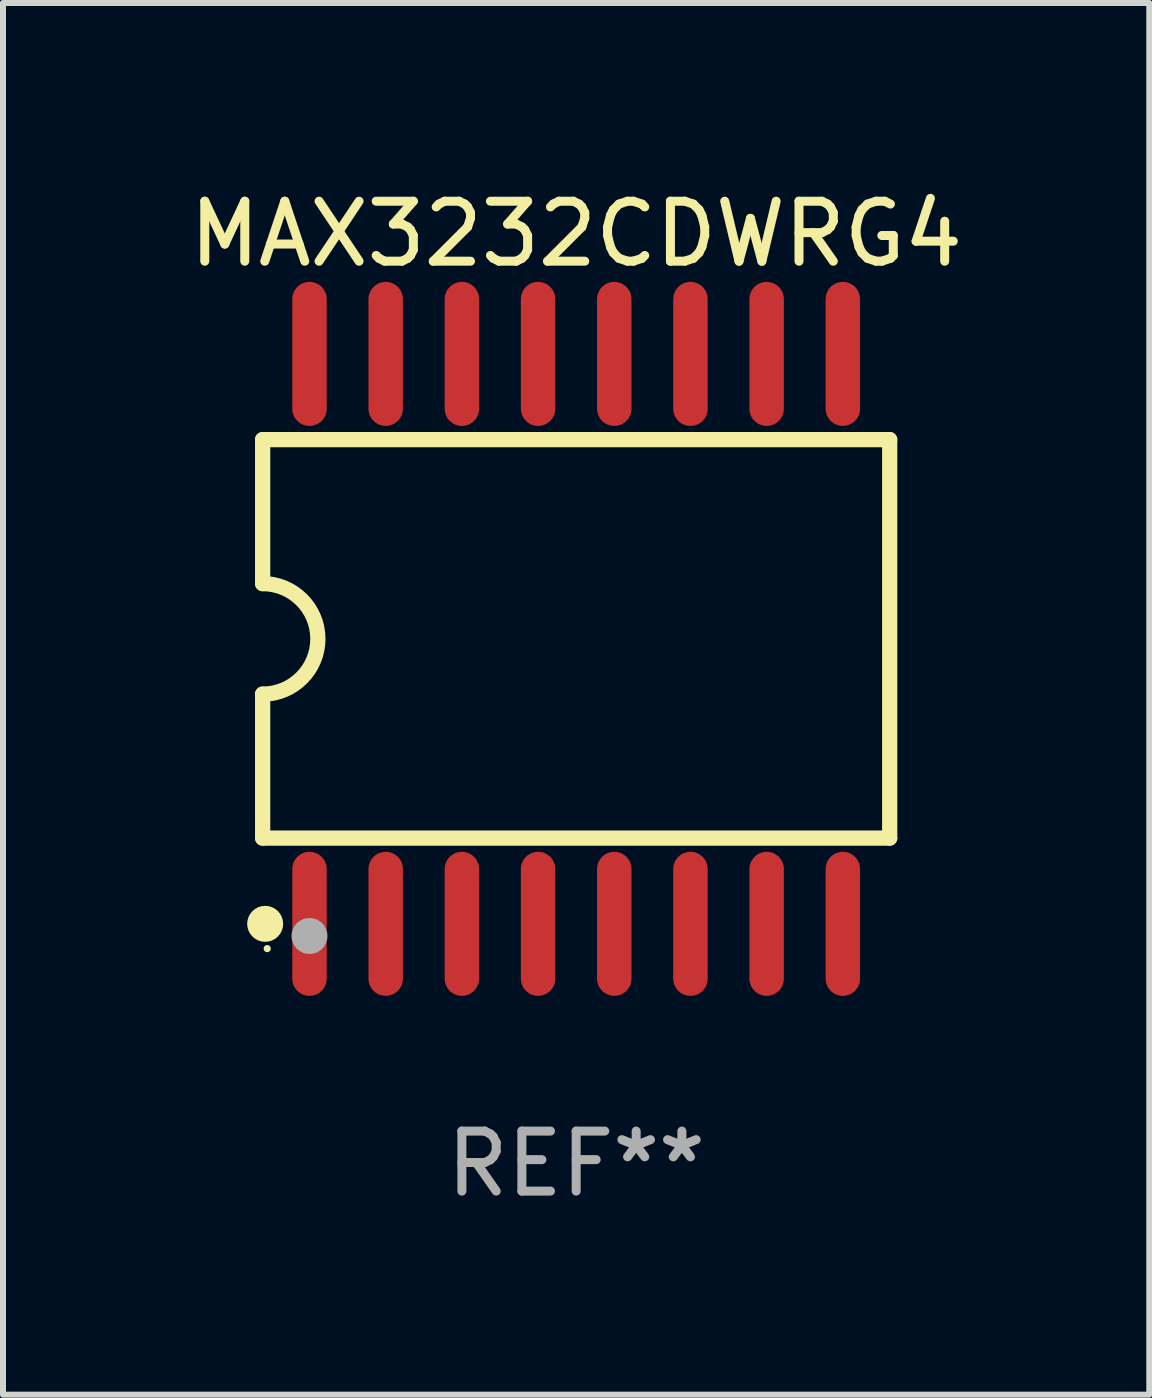
<source format=kicad_pcb>
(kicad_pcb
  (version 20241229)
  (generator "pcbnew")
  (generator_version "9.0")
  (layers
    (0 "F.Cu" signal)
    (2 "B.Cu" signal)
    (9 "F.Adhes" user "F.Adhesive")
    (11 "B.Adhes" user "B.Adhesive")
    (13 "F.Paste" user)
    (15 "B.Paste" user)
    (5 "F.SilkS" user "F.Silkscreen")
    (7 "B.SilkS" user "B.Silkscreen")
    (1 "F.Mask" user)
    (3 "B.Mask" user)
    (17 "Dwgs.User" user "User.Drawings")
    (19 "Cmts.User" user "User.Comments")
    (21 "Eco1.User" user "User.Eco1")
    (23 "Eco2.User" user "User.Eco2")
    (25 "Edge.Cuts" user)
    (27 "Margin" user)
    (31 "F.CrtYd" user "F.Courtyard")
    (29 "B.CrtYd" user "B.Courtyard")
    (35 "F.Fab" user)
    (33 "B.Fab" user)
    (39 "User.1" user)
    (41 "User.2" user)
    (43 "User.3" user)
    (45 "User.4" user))
  (footprint "MAX3232CDWRG4"
    (layer "F.Cu")
    (at 6.554 7.599)
    (property "Reference" "MAX3232CDWRG4" (at 0 -6.75 0) (layer "F.SilkS") (effects (font (size 1 1) (thickness 0.15))))
    (attr through_hole)
    (fp_line (start -5.226 -3.321) (end -5.226 -0.921) (stroke (width 0.254) (type solid)) (layer "F.SilkS"))
    (fp_line (start -5.226 -3.321) (end 5.226 -3.321) (stroke (width 0.254) (type solid)) (layer "F.SilkS"))
    (fp_line (start -5.226 3.321) (end -5.226 0.921) (stroke (width 0.254) (type solid)) (layer "F.SilkS"))
    (fp_line (start 5.226 -3.321) (end 5.226 3.321) (stroke (width 0.254) (type solid)) (layer "F.SilkS"))
    (fp_line (start 5.226 3.321) (end -5.226 3.321) (stroke (width 0.254) (type solid)) (layer "F.SilkS"))
    (fp_arc (start -5.226594 -0.920751) (mid -4.305538 0.000127) (end -5.226238 0.921361) (stroke (width 0.254001) (type solid)) (layer "F.SilkS"))
    (fp_circle (center -5.184 4.75) (end -5.034 4.75) (stroke (width 0.3) (type solid)) (fill no) (layer "F.SilkS"))
    (fp_circle (center -5.15 5.163) (end -5.12 5.163) (stroke (width 0.06) (type solid)) (fill no) (layer "F.SilkS"))
    (fp_circle (center -4.445 4.953) (end -4.295 4.953) (stroke (width 0.3) (type solid)) (fill no) (layer "F.Fab"))
    (fp_text user "REF**" (at 0 8.75 0) (layer "F.Fab") (effects (font (size 1 1) (thickness 0.15))))
    (pad "1" smd oval (at -4.445 4.75) (size 0.574 2.401) (layers "F.Cu" "F.Mask" "F.Paste"))
    (pad "2" smd oval (at -3.175 4.75) (size 0.574 2.401) (layers "F.Cu" "F.Mask" "F.Paste"))
    (pad "3" smd oval (at -1.905 4.75) (size 0.574 2.401) (layers "F.Cu" "F.Mask" "F.Paste"))
    (pad "4" smd oval (at -0.635 4.75) (size 0.574 2.401) (layers "F.Cu" "F.Mask" "F.Paste"))
    (pad "5" smd oval (at 0.635 4.75) (size 0.574 2.401) (layers "F.Cu" "F.Mask" "F.Paste"))
    (pad "6" smd oval (at 1.905 4.75) (size 0.574 2.401) (layers "F.Cu" "F.Mask" "F.Paste"))
    (pad "7" smd oval (at 3.175 4.75) (size 0.574 2.401) (layers "F.Cu" "F.Mask" "F.Paste"))
    (pad "8" smd oval (at 4.445 4.75) (size 0.574 2.401) (layers "F.Cu" "F.Mask" "F.Paste"))
    (pad "9" smd oval (at 4.445 -4.75) (size 0.574 2.401) (layers "F.Cu" "F.Mask" "F.Paste"))
    (pad "10" smd oval (at 3.175 -4.75) (size 0.574 2.401) (layers "F.Cu" "F.Mask" "F.Paste"))
    (pad "11" smd oval (at 1.905 -4.75) (size 0.574 2.401) (layers "F.Cu" "F.Mask" "F.Paste"))
    (pad "12" smd oval (at 0.635 -4.75) (size 0.574 2.401) (layers "F.Cu" "F.Mask" "F.Paste"))
    (pad "13" smd oval (at -0.635 -4.75) (size 0.574 2.401) (layers "F.Cu" "F.Mask" "F.Paste"))
    (pad "14" smd oval (at -1.905 -4.75) (size 0.574 2.401) (layers "F.Cu" "F.Mask" "F.Paste"))
    (pad "15" smd oval (at -3.175 -4.75) (size 0.574 2.401) (layers "F.Cu" "F.Mask" "F.Paste"))
    (pad "16" smd oval (at -4.445 -4.75) (size 0.574 2.401) (layers "F.Cu" "F.Mask" "F.Paste")))
  (gr_rect
    (start -3 -3)
    (end 16.107 20.197)
    (stroke (width 0.1) (type default))
    (fill no)
    (layer "Edge.Cuts")))
</source>
